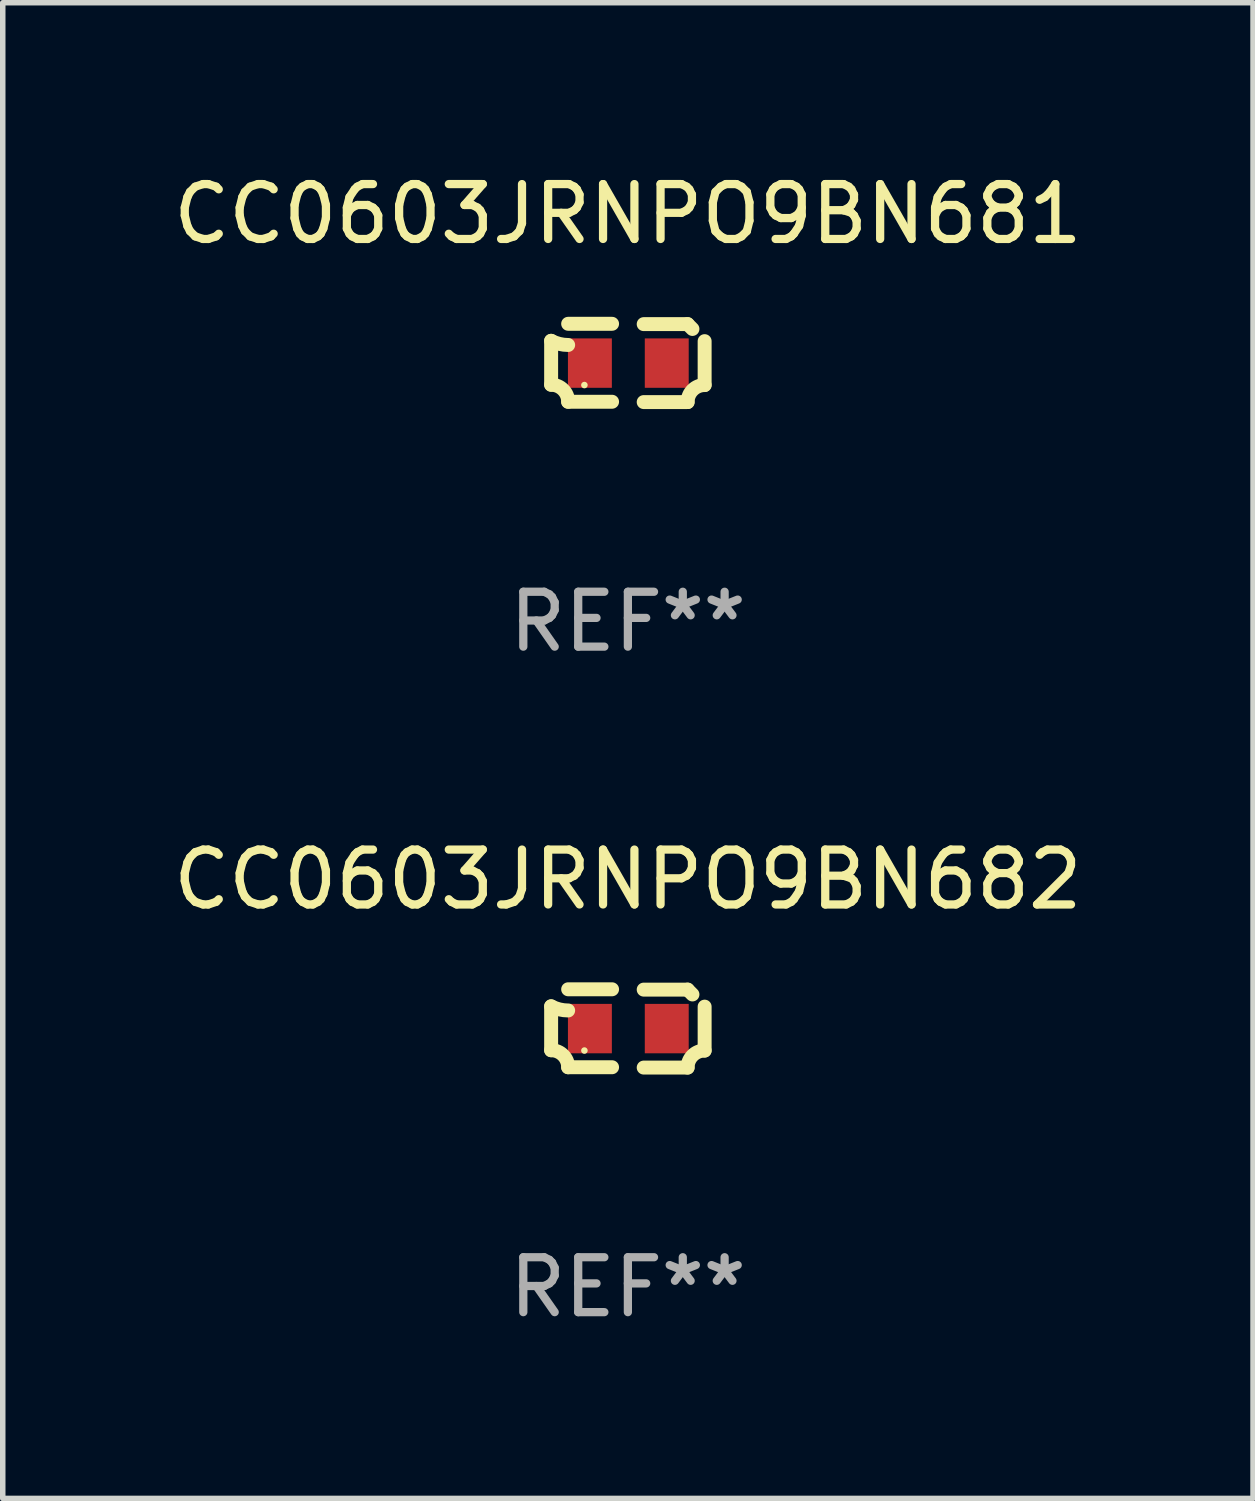
<source format=kicad_pcb>
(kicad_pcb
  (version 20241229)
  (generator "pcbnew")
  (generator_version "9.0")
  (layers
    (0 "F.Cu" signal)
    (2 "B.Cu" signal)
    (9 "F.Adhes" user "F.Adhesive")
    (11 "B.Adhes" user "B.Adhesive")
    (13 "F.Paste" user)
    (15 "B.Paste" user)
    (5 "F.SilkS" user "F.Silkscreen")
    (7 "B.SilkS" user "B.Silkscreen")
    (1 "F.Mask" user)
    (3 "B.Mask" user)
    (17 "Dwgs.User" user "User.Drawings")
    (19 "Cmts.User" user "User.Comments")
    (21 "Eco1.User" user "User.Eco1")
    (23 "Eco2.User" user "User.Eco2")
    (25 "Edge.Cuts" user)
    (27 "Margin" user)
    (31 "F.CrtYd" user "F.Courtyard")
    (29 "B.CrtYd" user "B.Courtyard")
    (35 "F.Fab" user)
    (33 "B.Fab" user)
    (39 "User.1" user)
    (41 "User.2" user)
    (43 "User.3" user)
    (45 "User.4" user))
  (footprint "CC0603JRNPO9BN682"
    (layer "F.Cu")
    (at 8.387 15.683)
    (property "Reference" "CC0603JRNPO9BN682" (at 0 -2.713 0) (layer "F.SilkS") (effects (font (size 1 1) (thickness 0.15))))
    (attr through_hole)
    (fp_line (start -1.398 -0.403) (end -1.398 0.397) (stroke (width 0.254) (type solid)) (layer "F.SilkS"))
    (fp_line (start -0.288 -0.713) (end -1.088 -0.713) (stroke (width 0.254) (type solid)) (layer "F.SilkS"))
    (fp_line (start -0.288 0.707) (end -1.088 0.707) (stroke (width 0.254) (type solid)) (layer "F.SilkS"))
    (fp_line (start 0.288 -0.707) (end 1.088 -0.707) (stroke (width 0.254) (type solid)) (layer "F.SilkS"))
    (fp_line (start 0.288 0.713) (end 1.088 0.713) (stroke (width 0.254) (type solid)) (layer "F.SilkS"))
    (fp_line (start 1.398 -0.397) (end 1.398 0.403) (stroke (width 0.254) (type solid)) (layer "F.SilkS"))
    (fp_arc (start -1.397789 0.397066) (mid -1.178701 0.487826) (end -1.08796 0.706922) (stroke (width 0.254001) (type solid)) (layer "F.SilkS"))
    (fp_arc (start -1.08796 -0.327176) (mid -1.247436 -0.346384) (end -1.39779 -0.402908) (stroke (width 0.254001) (type solid)) (layer "F.SilkS"))
    (fp_arc (start 1.087909 0.712738) (mid 1.178656 0.493655) (end 1.397739 0.402908) (stroke (width 0.254001) (type solid)) (layer "F.SilkS"))
    (fp_arc (start 1.175925 -0.618926) (mid 1.131917 -0.662923) (end 1.08791 -0.706922) (stroke (width 0.254001) (type solid)) (layer "F.SilkS"))
    (fp_circle (center -0.792 0.403) (end -0.762 0.403) (stroke (width 0.06) (type solid)) (fill no) (layer "F.SilkS"))
    (fp_text user "REF**" (at 0 4.713 0) (layer "F.Fab") (effects (font (size 1 1) (thickness 0.15))))
    (pad "1" smd rect (at -0.692 0.003) (size 0.8 0.9) (layers "F.Cu" "F.Mask" "F.Paste"))
    (pad "2" smd rect (at 0.708 0.003) (size 0.8 0.9) (layers "F.Cu" "F.Mask" "F.Paste")))
  (footprint "CC0603JRNPO9BN681"
    (layer "F.Cu")
    (at 8.387 3.561)
    (property "Reference" "CC0603JRNPO9BN681" (at 0 -2.713 0) (layer "F.SilkS") (effects (font (size 1 1) (thickness 0.15))))
    (attr through_hole)
    (fp_line (start -1.398 -0.403) (end -1.398 0.397) (stroke (width 0.254) (type solid)) (layer "F.SilkS"))
    (fp_line (start -0.288 -0.713) (end -1.088 -0.713) (stroke (width 0.254) (type solid)) (layer "F.SilkS"))
    (fp_line (start -0.288 0.707) (end -1.088 0.707) (stroke (width 0.254) (type solid)) (layer "F.SilkS"))
    (fp_line (start 0.288 -0.707) (end 1.088 -0.707) (stroke (width 0.254) (type solid)) (layer "F.SilkS"))
    (fp_line (start 0.288 0.713) (end 1.088 0.713) (stroke (width 0.254) (type solid)) (layer "F.SilkS"))
    (fp_line (start 1.398 -0.397) (end 1.398 0.403) (stroke (width 0.254) (type solid)) (layer "F.SilkS"))
    (fp_arc (start -1.397789 0.397066) (mid -1.178701 0.487826) (end -1.08796 0.706922) (stroke (width 0.254001) (type solid)) (layer "F.SilkS"))
    (fp_arc (start -1.08796 -0.327176) (mid -1.247436 -0.346384) (end -1.39779 -0.402908) (stroke (width 0.254001) (type solid)) (layer "F.SilkS"))
    (fp_arc (start 1.087909 0.712738) (mid 1.178656 0.493655) (end 1.397739 0.402908) (stroke (width 0.254001) (type solid)) (layer "F.SilkS"))
    (fp_arc (start 1.175925 -0.618926) (mid 1.131917 -0.662923) (end 1.08791 -0.706922) (stroke (width 0.254001) (type solid)) (layer "F.SilkS"))
    (fp_circle (center -0.792 0.403) (end -0.762 0.403) (stroke (width 0.06) (type solid)) (fill no) (layer "F.SilkS"))
    (fp_text user "REF**" (at 0 4.713 0) (layer "F.Fab") (effects (font (size 1 1) (thickness 0.15))))
    (pad "1" smd rect (at -0.692 0.003) (size 0.8 0.9) (layers "F.Cu" "F.Mask" "F.Paste"))
    (pad "2" smd rect (at 0.708 0.003) (size 0.8 0.9) (layers "F.Cu" "F.Mask" "F.Paste")))
  (gr_rect
    (start -3 -3)
    (end 19.774 24.244)
    (stroke (width 0.1) (type default))
    (fill no)
    (layer "Edge.Cuts")))
</source>
